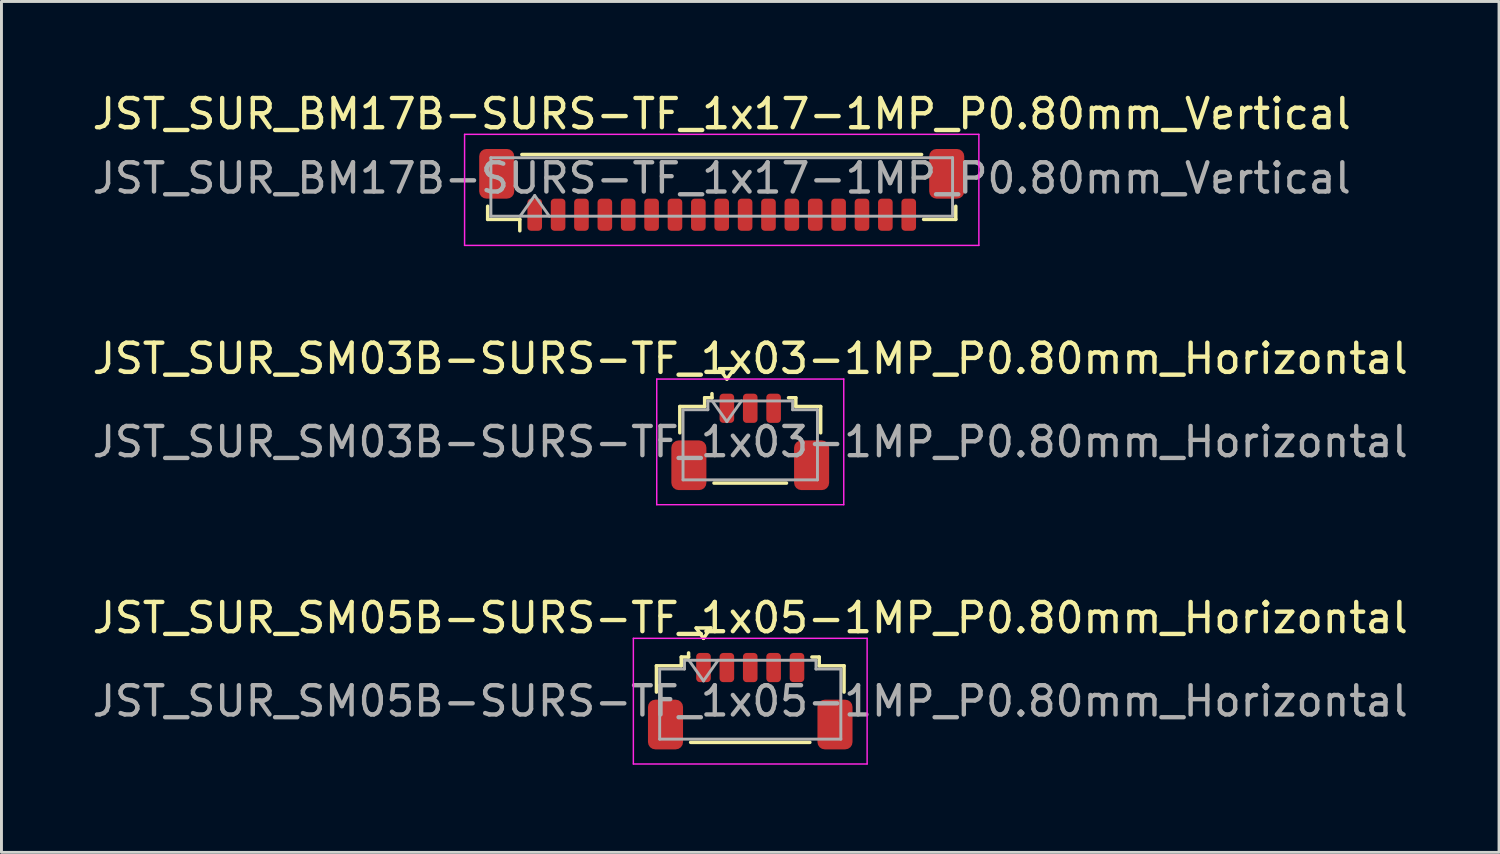
<source format=kicad_pcb>
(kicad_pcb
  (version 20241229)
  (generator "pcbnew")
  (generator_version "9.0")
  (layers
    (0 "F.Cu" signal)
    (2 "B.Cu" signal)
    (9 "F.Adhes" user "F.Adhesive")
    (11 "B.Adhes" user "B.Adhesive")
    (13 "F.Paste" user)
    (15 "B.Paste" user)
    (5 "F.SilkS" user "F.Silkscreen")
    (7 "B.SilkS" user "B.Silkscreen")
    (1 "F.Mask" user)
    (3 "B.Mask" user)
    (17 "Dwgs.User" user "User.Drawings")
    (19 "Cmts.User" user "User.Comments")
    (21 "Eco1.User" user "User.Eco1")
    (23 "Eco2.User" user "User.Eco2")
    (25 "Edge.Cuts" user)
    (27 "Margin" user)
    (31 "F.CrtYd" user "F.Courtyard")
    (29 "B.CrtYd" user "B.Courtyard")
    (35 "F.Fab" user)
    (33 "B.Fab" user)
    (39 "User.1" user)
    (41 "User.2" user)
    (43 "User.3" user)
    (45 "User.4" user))
  (footprint "JST_SUR_SM03B-SURS-TF_1x03-1MP_P0.80mm_Horizontal"
    (layer "F.Cu")
    (at 22.625 12.072)
    (property "Reference" "JST_SUR_SM03B-SURS-TF_1x03-1MP_P0.80mm_Horizontal" (at 0 -2.85 0) (layer "F.SilkS") (effects (font (size 1 1) (thickness 0.15))))
    (attr smd)
    (fp_line (start -2.41 -1.21) (end -1.56 -1.21) (stroke (width 0.12) (type solid)) (layer "F.SilkS"))
    (fp_line (start -2.41 -0.31) (end -2.41 -1.21) (stroke (width 0.12) (type solid)) (layer "F.SilkS"))
    (fp_line (start -1.56 -1.51) (end -1.31 -1.51) (stroke (width 0.12) (type solid)) (layer "F.SilkS"))
    (fp_line (start -1.56 -1.21) (end -1.56 -1.51) (stroke (width 0.12) (type solid)) (layer "F.SilkS"))
    (fp_line (start -1.31 -1.51) (end -1.31 -1.65) (stroke (width 0.12) (type solid)) (layer "F.SilkS"))
    (fp_line (start -1.24 1.41) (end 1.24 1.41) (stroke (width 0.12) (type solid)) (layer "F.SilkS"))
    (fp_line (start -1.05 -2.504) (end -0.8 -2.15) (stroke (width 0.12) (type solid)) (layer "F.SilkS"))
    (fp_line (start -0.8 -2.15) (end -0.55 -2.504) (stroke (width 0.12) (type solid)) (layer "F.SilkS"))
    (fp_line (start -0.55 -2.504) (end -1.05 -2.504) (stroke (width 0.12) (type solid)) (layer "F.SilkS"))
    (fp_line (start 1.56 -1.51) (end 1.31 -1.51) (stroke (width 0.12) (type solid)) (layer "F.SilkS"))
    (fp_line (start 1.56 -1.21) (end 1.56 -1.51) (stroke (width 0.12) (type solid)) (layer "F.SilkS"))
    (fp_line (start 2.41 -1.21) (end 1.56 -1.21) (stroke (width 0.12) (type solid)) (layer "F.SilkS"))
    (fp_line (start 2.41 -0.31) (end 2.41 -1.21) (stroke (width 0.12) (type solid)) (layer "F.SilkS"))
    (fp_line (start -3.2 -2.15) (end -3.2 2.15) (stroke (width 0.05) (type solid)) (layer "F.CrtYd"))
    (fp_line (start -3.2 2.15) (end 3.2 2.15) (stroke (width 0.05) (type solid)) (layer "F.CrtYd"))
    (fp_line (start 3.2 -2.15) (end -3.2 -2.15) (stroke (width 0.05) (type solid)) (layer "F.CrtYd"))
    (fp_line (start 3.2 2.15) (end 3.2 -2.15) (stroke (width 0.05) (type solid)) (layer "F.CrtYd"))
    (fp_line (start -2.3 -1.1) (end -2.3 1.3) (stroke (width 0.1) (type solid)) (layer "F.Fab"))
    (fp_line (start -2.3 -1.1) (end -1.45 -1.1) (stroke (width 0.1) (type solid)) (layer "F.Fab"))
    (fp_line (start -2.3 1.3) (end 2.3 1.3) (stroke (width 0.1) (type solid)) (layer "F.Fab"))
    (fp_line (start -1.45 -1.4) (end 1.45 -1.4) (stroke (width 0.1) (type solid)) (layer "F.Fab"))
    (fp_line (start -1.45 -1.1) (end -1.45 -1.4) (stroke (width 0.1) (type solid)) (layer "F.Fab"))
    (fp_line (start -1.3 -1.4) (end -0.8 -0.693) (stroke (width 0.1) (type solid)) (layer "F.Fab"))
    (fp_line (start -0.8 -0.693) (end -0.3 -1.4) (stroke (width 0.1) (type solid)) (layer "F.Fab"))
    (fp_line (start 1.45 -1.4) (end 1.45 -1.1) (stroke (width 0.1) (type solid)) (layer "F.Fab"))
    (fp_line (start 1.45 -1.1) (end 2.3 -1.1) (stroke (width 0.1) (type solid)) (layer "F.Fab"))
    (fp_line (start 2.3 -1.1) (end 2.3 1.3) (stroke (width 0.1) (type solid)) (layer "F.Fab"))
    (fp_text user "${REFERENCE}" (at 0 0 0) (layer "F.Fab") (effects (font (size 1 1) (thickness 0.15))))
    (pad "1" smd roundrect (at -0.8 -1.15) (size 0.5 1) (layers "F.Cu" "F.Mask" "F.Paste") (roundrect_rratio 0.25))
    (pad "2" smd roundrect (at 0 -1.15) (size 0.5 1) (layers "F.Cu" "F.Mask" "F.Paste") (roundrect_rratio 0.25))
    (pad "3" smd roundrect (at 0.8 -1.15) (size 0.5 1) (layers "F.Cu" "F.Mask" "F.Paste") (roundrect_rratio 0.25))
    (pad "MP" smd roundrect (at -2.1 0.8) (size 1.2 1.7) (layers "F.Cu" "F.Mask" "F.Paste") (roundrect_rratio 0.208))
    (pad "MP" smd roundrect (at 2.1 0.8) (size 1.2 1.7) (layers "F.Cu" "F.Mask" "F.Paste") (roundrect_rratio 0.208)))
  (footprint "JST_SUR_SM05B-SURS-TF_1x05-1MP_P0.80mm_Horizontal"
    (layer "F.Cu")
    (at 22.625 20.945)
    (property "Reference" "JST_SUR_SM05B-SURS-TF_1x05-1MP_P0.80mm_Horizontal" (at 0 -2.85 0) (layer "F.SilkS") (effects (font (size 1 1) (thickness 0.15))))
    (attr smd)
    (fp_line (start -3.21 -1.21) (end -2.36 -1.21) (stroke (width 0.12) (type solid)) (layer "F.SilkS"))
    (fp_line (start -3.21 -0.31) (end -3.21 -1.21) (stroke (width 0.12) (type solid)) (layer "F.SilkS"))
    (fp_line (start -2.36 -1.51) (end -2.11 -1.51) (stroke (width 0.12) (type solid)) (layer "F.SilkS"))
    (fp_line (start -2.36 -1.21) (end -2.36 -1.51) (stroke (width 0.12) (type solid)) (layer "F.SilkS"))
    (fp_line (start -2.11 -1.51) (end -2.11 -1.65) (stroke (width 0.12) (type solid)) (layer "F.SilkS"))
    (fp_line (start -2.04 1.41) (end 2.04 1.41) (stroke (width 0.12) (type solid)) (layer "F.SilkS"))
    (fp_line (start -1.85 -2.504) (end -1.6 -2.15) (stroke (width 0.12) (type solid)) (layer "F.SilkS"))
    (fp_line (start -1.6 -2.15) (end -1.35 -2.504) (stroke (width 0.12) (type solid)) (layer "F.SilkS"))
    (fp_line (start -1.35 -2.504) (end -1.85 -2.504) (stroke (width 0.12) (type solid)) (layer "F.SilkS"))
    (fp_line (start 2.36 -1.51) (end 2.11 -1.51) (stroke (width 0.12) (type solid)) (layer "F.SilkS"))
    (fp_line (start 2.36 -1.21) (end 2.36 -1.51) (stroke (width 0.12) (type solid)) (layer "F.SilkS"))
    (fp_line (start 3.21 -1.21) (end 2.36 -1.21) (stroke (width 0.12) (type solid)) (layer "F.SilkS"))
    (fp_line (start 3.21 -0.31) (end 3.21 -1.21) (stroke (width 0.12) (type solid)) (layer "F.SilkS"))
    (fp_line (start -4 -2.15) (end -4 2.15) (stroke (width 0.05) (type solid)) (layer "F.CrtYd"))
    (fp_line (start -4 2.15) (end 4 2.15) (stroke (width 0.05) (type solid)) (layer "F.CrtYd"))
    (fp_line (start 4 -2.15) (end -4 -2.15) (stroke (width 0.05) (type solid)) (layer "F.CrtYd"))
    (fp_line (start 4 2.15) (end 4 -2.15) (stroke (width 0.05) (type solid)) (layer "F.CrtYd"))
    (fp_line (start -3.1 -1.1) (end -3.1 1.3) (stroke (width 0.1) (type solid)) (layer "F.Fab"))
    (fp_line (start -3.1 -1.1) (end -2.25 -1.1) (stroke (width 0.1) (type solid)) (layer "F.Fab"))
    (fp_line (start -3.1 1.3) (end 3.1 1.3) (stroke (width 0.1) (type solid)) (layer "F.Fab"))
    (fp_line (start -2.25 -1.4) (end 2.25 -1.4) (stroke (width 0.1) (type solid)) (layer "F.Fab"))
    (fp_line (start -2.25 -1.1) (end -2.25 -1.4) (stroke (width 0.1) (type solid)) (layer "F.Fab"))
    (fp_line (start -2.1 -1.4) (end -1.6 -0.693) (stroke (width 0.1) (type solid)) (layer "F.Fab"))
    (fp_line (start -1.6 -0.693) (end -1.1 -1.4) (stroke (width 0.1) (type solid)) (layer "F.Fab"))
    (fp_line (start 2.25 -1.4) (end 2.25 -1.1) (stroke (width 0.1) (type solid)) (layer "F.Fab"))
    (fp_line (start 2.25 -1.1) (end 3.1 -1.1) (stroke (width 0.1) (type solid)) (layer "F.Fab"))
    (fp_line (start 3.1 -1.1) (end 3.1 1.3) (stroke (width 0.1) (type solid)) (layer "F.Fab"))
    (fp_text user "${REFERENCE}" (at 0 0 0) (layer "F.Fab") (effects (font (size 1 1) (thickness 0.15))))
    (pad "1" smd roundrect (at -1.6 -1.15) (size 0.5 1) (layers "F.Cu" "F.Mask" "F.Paste") (roundrect_rratio 0.25))
    (pad "2" smd roundrect (at -0.8 -1.15) (size 0.5 1) (layers "F.Cu" "F.Mask" "F.Paste") (roundrect_rratio 0.25))
    (pad "3" smd roundrect (at 0 -1.15) (size 0.5 1) (layers "F.Cu" "F.Mask" "F.Paste") (roundrect_rratio 0.25))
    (pad "4" smd roundrect (at 0.8 -1.15) (size 0.5 1) (layers "F.Cu" "F.Mask" "F.Paste") (roundrect_rratio 0.25))
    (pad "5" smd roundrect (at 1.6 -1.15) (size 0.5 1) (layers "F.Cu" "F.Mask" "F.Paste") (roundrect_rratio 0.25))
    (pad "MP" smd roundrect (at -2.9 0.8) (size 1.2 1.7) (layers "F.Cu" "F.Mask" "F.Paste") (roundrect_rratio 0.208))
    (pad "MP" smd roundrect (at 2.9 0.8) (size 1.2 1.7) (layers "F.Cu" "F.Mask" "F.Paste") (roundrect_rratio 0.208)))
  (footprint "JST_SUR_BM17B-SURS-TF_1x17-1MP_P0.80mm_Vertical"
    (layer "F.Cu")
    (at 21.649 3.448)
    (property "Reference" "JST_SUR_BM17B-SURS-TF_1x17-1MP_P0.80mm_Vertical" (at 0 -2.6 0) (layer "F.SilkS") (effects (font (size 1 1) (thickness 0.15))))
    (attr smd)
    (fp_line (start -8.01 0.56) (end -8.01 1.01) (stroke (width 0.12) (type solid)) (layer "F.SilkS"))
    (fp_line (start -8.01 1.01) (end -6.91 1.01) (stroke (width 0.12) (type solid)) (layer "F.SilkS"))
    (fp_line (start -6.91 1.01) (end -6.91 1.4) (stroke (width 0.12) (type solid)) (layer "F.SilkS"))
    (fp_line (start -6.84 -1.21) (end 6.84 -1.21) (stroke (width 0.12) (type solid)) (layer "F.SilkS"))
    (fp_line (start 8.01 0.56) (end 8.01 1.01) (stroke (width 0.12) (type solid)) (layer "F.SilkS"))
    (fp_line (start 8.01 1.01) (end 6.91 1.01) (stroke (width 0.12) (type solid)) (layer "F.SilkS"))
    (fp_line (start -8.8 -1.9) (end -8.8 1.9) (stroke (width 0.05) (type solid)) (layer "F.CrtYd"))
    (fp_line (start -8.8 1.9) (end 8.8 1.9) (stroke (width 0.05) (type solid)) (layer "F.CrtYd"))
    (fp_line (start 8.8 -1.9) (end -8.8 -1.9) (stroke (width 0.05) (type solid)) (layer "F.CrtYd"))
    (fp_line (start 8.8 1.9) (end 8.8 -1.9) (stroke (width 0.05) (type solid)) (layer "F.CrtYd"))
    (fp_line (start -7.9 -1.1) (end 7.9 -1.1) (stroke (width 0.1) (type solid)) (layer "F.Fab"))
    (fp_line (start -7.9 0.9) (end -7.9 -1.1) (stroke (width 0.1) (type solid)) (layer "F.Fab"))
    (fp_line (start -7.9 0.9) (end 7.9 0.9) (stroke (width 0.1) (type solid)) (layer "F.Fab"))
    (fp_line (start -6.9 0.9) (end -6.4 0.193) (stroke (width 0.1) (type solid)) (layer "F.Fab"))
    (fp_line (start -6.4 0.193) (end -5.9 0.9) (stroke (width 0.1) (type solid)) (layer "F.Fab"))
    (fp_line (start 7.9 0.9) (end 7.9 -1.1) (stroke (width 0.1) (type solid)) (layer "F.Fab"))
    (fp_text user "${REFERENCE}" (at 0 -0.4 0) (layer "F.Fab") (effects (font (size 1 1) (thickness 0.15))))
    (pad "1" smd roundrect (at -6.4 0.85) (size 0.5 1.1) (layers "F.Cu" "F.Mask" "F.Paste") (roundrect_rratio 0.25))
    (pad "2" smd roundrect (at -5.6 0.85) (size 0.5 1.1) (layers "F.Cu" "F.Mask" "F.Paste") (roundrect_rratio 0.25))
    (pad "3" smd roundrect (at -4.8 0.85) (size 0.5 1.1) (layers "F.Cu" "F.Mask" "F.Paste") (roundrect_rratio 0.25))
    (pad "4" smd roundrect (at -4 0.85) (size 0.5 1.1) (layers "F.Cu" "F.Mask" "F.Paste") (roundrect_rratio 0.25))
    (pad "5" smd roundrect (at -3.2 0.85) (size 0.5 1.1) (layers "F.Cu" "F.Mask" "F.Paste") (roundrect_rratio 0.25))
    (pad "6" smd roundrect (at -2.4 0.85) (size 0.5 1.1) (layers "F.Cu" "F.Mask" "F.Paste") (roundrect_rratio 0.25))
    (pad "7" smd roundrect (at -1.6 0.85) (size 0.5 1.1) (layers "F.Cu" "F.Mask" "F.Paste") (roundrect_rratio 0.25))
    (pad "8" smd roundrect (at -0.8 0.85) (size 0.5 1.1) (layers "F.Cu" "F.Mask" "F.Paste") (roundrect_rratio 0.25))
    (pad "9" smd roundrect (at 0 0.85) (size 0.5 1.1) (layers "F.Cu" "F.Mask" "F.Paste") (roundrect_rratio 0.25))
    (pad "10" smd roundrect (at 0.8 0.85) (size 0.5 1.1) (layers "F.Cu" "F.Mask" "F.Paste") (roundrect_rratio 0.25))
    (pad "11" smd roundrect (at 1.6 0.85) (size 0.5 1.1) (layers "F.Cu" "F.Mask" "F.Paste") (roundrect_rratio 0.25))
    (pad "12" smd roundrect (at 2.4 0.85) (size 0.5 1.1) (layers "F.Cu" "F.Mask" "F.Paste") (roundrect_rratio 0.25))
    (pad "13" smd roundrect (at 3.2 0.85) (size 0.5 1.1) (layers "F.Cu" "F.Mask" "F.Paste") (roundrect_rratio 0.25))
    (pad "14" smd roundrect (at 4 0.85) (size 0.5 1.1) (layers "F.Cu" "F.Mask" "F.Paste") (roundrect_rratio 0.25))
    (pad "15" smd roundrect (at 4.8 0.85) (size 0.5 1.1) (layers "F.Cu" "F.Mask" "F.Paste") (roundrect_rratio 0.25))
    (pad "16" smd roundrect (at 5.6 0.85) (size 0.5 1.1) (layers "F.Cu" "F.Mask" "F.Paste") (roundrect_rratio 0.25))
    (pad "17" smd roundrect (at 6.4 0.85) (size 0.5 1.1) (layers "F.Cu" "F.Mask" "F.Paste") (roundrect_rratio 0.25))
    (pad "MP" smd roundrect (at -7.7 -0.55) (size 1.2 1.7) (layers "F.Cu" "F.Mask" "F.Paste") (roundrect_rratio 0.208))
    (pad "MP" smd roundrect (at 7.7 -0.55) (size 1.2 1.7) (layers "F.Cu" "F.Mask" "F.Paste") (roundrect_rratio 0.208)))
  (gr_rect
    (start -3 -3)
    (end 48.25 26.12)
    (stroke (width 0.1) (type default))
    (fill no)
    (layer "Edge.Cuts")))
</source>
